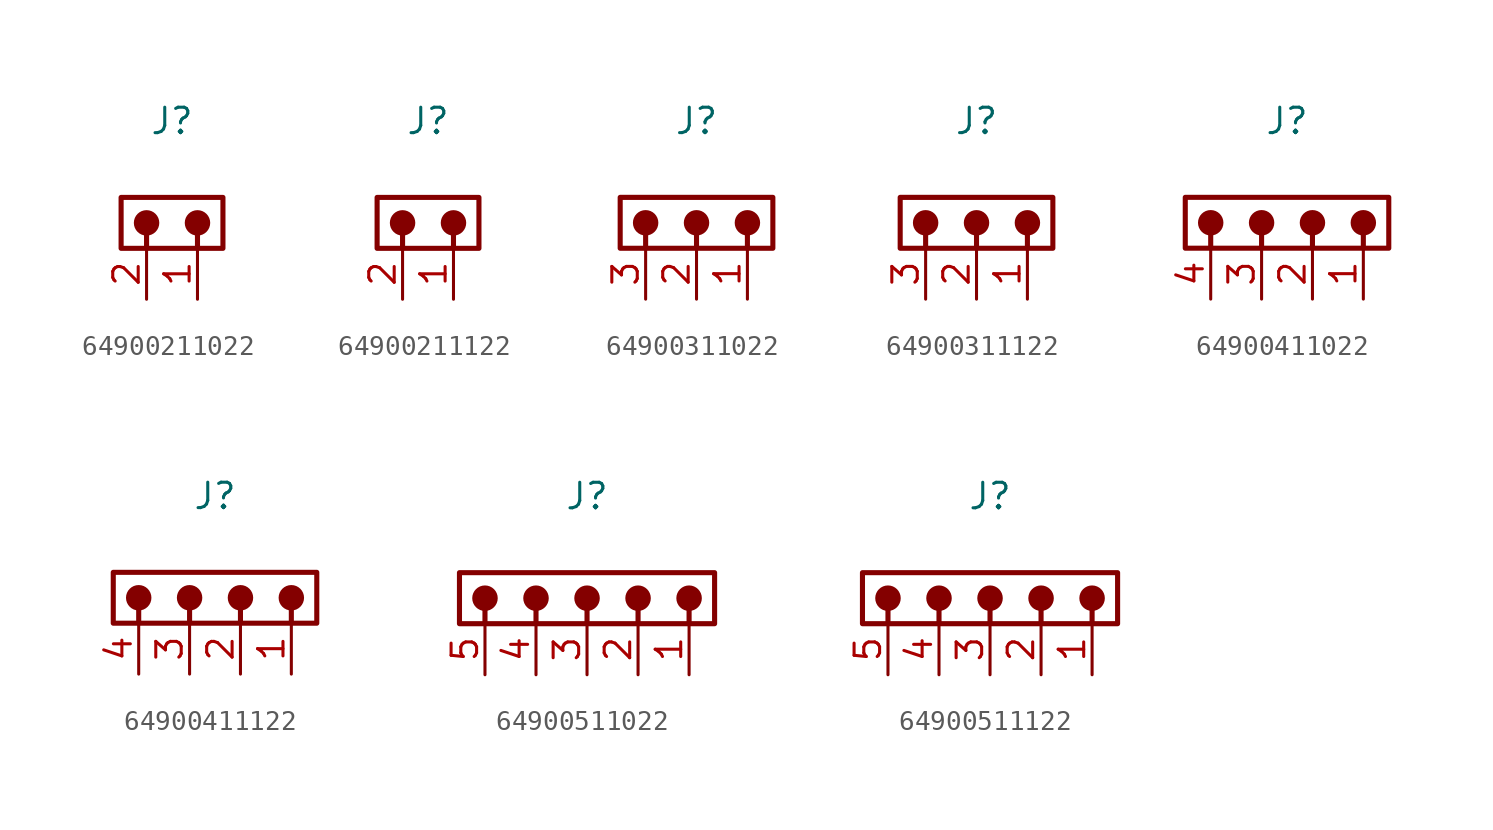
<source format=kicad_sym>
(kicad_symbol_lib
  (version 20241209)
  (generator "kicad_symbol_editor")
  (generator_version "9.0")
  (symbol "64900211022"
    (pin_names
      (hide yes))
    (property "Reference" "J"
      (at 0 5.08 0)
      (effects (font (size 1.27 1.27))))
    (symbol "64900211022_1_1"
      (rectangle (start -2.54 1.27) (end 2.54 -1.27) (stroke (width 0.254) (type solid)) (fill (type none)))
      (circle (center -1.27 0) (radius 0.508) (stroke (width 0.254) (type solid)) (fill (type outline)))
      (polyline (pts (xy -1.27 -0.508) (xy -1.27 -1.27)) (stroke (width 0.254) (type solid)) (fill (type none)))
      (circle (center 1.27 0) (radius 0.508) (stroke (width 0.254) (type solid)) (fill (type outline)))
      (polyline (pts (xy 1.27 -0.508) (xy 1.27 -1.27)) (stroke (width 0.254) (type solid)) (fill (type none)))
      (pin passive line (at -1.27 -3.81 90) (length 2.54) (name "2" (effects (font (size 1.27 1.27)))) (number "2" (effects (font (size 1.27 1.27)))))
      (pin passive line (at 1.27 -3.81 90) (length 2.54) (name "1" (effects (font (size 1.27 1.27)))) (number "1" (effects (font (size 1.27 1.27)))))))
  (symbol "64900211122"
    (pin_names
      (hide yes))
    (property "Reference" "J"
      (at 0 5.08 0)
      (effects (font (size 1.27 1.27))))
    (symbol "64900211122_1_1"
      (rectangle (start -2.54 1.27) (end 2.54 -1.27) (stroke (width 0.254) (type solid)) (fill (type none)))
      (circle (center -1.27 0) (radius 0.508) (stroke (width 0.254) (type solid)) (fill (type outline)))
      (polyline (pts (xy -1.27 -0.508) (xy -1.27 -1.27)) (stroke (width 0.254) (type solid)) (fill (type none)))
      (circle (center 1.27 0) (radius 0.508) (stroke (width 0.254) (type solid)) (fill (type outline)))
      (polyline (pts (xy 1.27 -0.508) (xy 1.27 -1.27)) (stroke (width 0.254) (type solid)) (fill (type none)))
      (pin passive line (at -1.27 -3.81 90) (length 2.54) (name "2" (effects (font (size 1.27 1.27)))) (number "2" (effects (font (size 1.27 1.27)))))
      (pin passive line (at 1.27 -3.81 90) (length 2.54) (name "1" (effects (font (size 1.27 1.27)))) (number "1" (effects (font (size 1.27 1.27)))))))
  (symbol "64900311022"
    (pin_names
      (hide yes))
    (property "Reference" "J"
      (at 0 5.08 0)
      (effects (font (size 1.27 1.27))))
    (symbol "64900311022_1_1"
      (rectangle (start -3.81 1.27) (end 3.81 -1.27) (stroke (width 0.254) (type solid)) (fill (type none)))
      (circle (center -2.54 0) (radius 0.508) (stroke (width 0.254) (type solid)) (fill (type outline)))
      (polyline (pts (xy -2.54 -0.508) (xy -2.54 -1.27)) (stroke (width 0.254) (type solid)) (fill (type none)))
      (circle (center 0 0) (radius 0.508) (stroke (width 0.254) (type solid)) (fill (type outline)))
      (polyline (pts (xy 0 -0.508) (xy 0 -1.27)) (stroke (width 0.254) (type solid)) (fill (type none)))
      (circle (center 2.54 0) (radius 0.508) (stroke (width 0.254) (type solid)) (fill (type outline)))
      (polyline (pts (xy 2.54 -0.508) (xy 2.54 -1.27)) (stroke (width 0.254) (type solid)) (fill (type none)))
      (pin passive line (at -2.54 -3.81 90) (length 2.54) (name "3" (effects (font (size 1.27 1.27)))) (number "3" (effects (font (size 1.27 1.27)))))
      (pin passive line (at 0 -3.81 90) (length 2.54) (name "2" (effects (font (size 1.27 1.27)))) (number "2" (effects (font (size 1.27 1.27)))))
      (pin passive line (at 2.54 -3.81 90) (length 2.54) (name "1" (effects (font (size 1.27 1.27)))) (number "1" (effects (font (size 1.27 1.27)))))))
  (symbol "64900311122"
    (pin_names
      (hide yes))
    (property "Reference" "J"
      (at 0 5.08 0)
      (effects (font (size 1.27 1.27))))
    (symbol "64900311122_1_1"
      (rectangle (start -3.81 1.27) (end 3.81 -1.27) (stroke (width 0.254) (type solid)) (fill (type none)))
      (circle (center -2.54 0) (radius 0.508) (stroke (width 0.254) (type solid)) (fill (type outline)))
      (polyline (pts (xy -2.54 -0.508) (xy -2.54 -1.27)) (stroke (width 0.254) (type solid)) (fill (type none)))
      (circle (center 0 0) (radius 0.508) (stroke (width 0.254) (type solid)) (fill (type outline)))
      (polyline (pts (xy 0 -0.508) (xy 0 -1.27)) (stroke (width 0.254) (type solid)) (fill (type none)))
      (circle (center 2.54 0) (radius 0.508) (stroke (width 0.254) (type solid)) (fill (type outline)))
      (polyline (pts (xy 2.54 -0.508) (xy 2.54 -1.27)) (stroke (width 0.254) (type solid)) (fill (type none)))
      (pin passive line (at -2.54 -3.81 90) (length 2.54) (name "3" (effects (font (size 1.27 1.27)))) (number "3" (effects (font (size 1.27 1.27)))))
      (pin passive line (at 0 -3.81 90) (length 2.54) (name "2" (effects (font (size 1.27 1.27)))) (number "2" (effects (font (size 1.27 1.27)))))
      (pin passive line (at 2.54 -3.81 90) (length 2.54) (name "1" (effects (font (size 1.27 1.27)))) (number "1" (effects (font (size 1.27 1.27)))))))
  (symbol "64900411022"
    (pin_names
      (hide yes))
    (property "Reference" "J"
      (at 0 5.08 0)
      (effects (font (size 1.27 1.27))))
    (symbol "64900411022_1_1"
      (rectangle (start -5.08 1.27) (end 5.08 -1.27) (stroke (width 0.254) (type solid)) (fill (type none)))
      (circle (center -3.81 0) (radius 0.508) (stroke (width 0.254) (type solid)) (fill (type outline)))
      (polyline (pts (xy -3.81 -0.508) (xy -3.81 -1.27)) (stroke (width 0.254) (type solid)) (fill (type none)))
      (circle (center -1.27 0) (radius 0.508) (stroke (width 0.254) (type solid)) (fill (type outline)))
      (polyline (pts (xy -1.27 -0.508) (xy -1.27 -1.27)) (stroke (width 0.254) (type solid)) (fill (type none)))
      (circle (center 1.27 0) (radius 0.508) (stroke (width 0.254) (type solid)) (fill (type outline)))
      (polyline (pts (xy 1.27 -0.508) (xy 1.27 -1.27)) (stroke (width 0.254) (type solid)) (fill (type none)))
      (circle (center 3.81 0) (radius 0.508) (stroke (width 0.254) (type solid)) (fill (type outline)))
      (polyline (pts (xy 3.81 -0.508) (xy 3.81 -1.27)) (stroke (width 0.254) (type solid)) (fill (type none)))
      (pin passive line (at -3.81 -3.81 90) (length 2.54) (name "4" (effects (font (size 1.27 1.27)))) (number "4" (effects (font (size 1.27 1.27)))))
      (pin passive line (at -1.27 -3.81 90) (length 2.54) (name "3" (effects (font (size 1.27 1.27)))) (number "3" (effects (font (size 1.27 1.27)))))
      (pin passive line (at 1.27 -3.81 90) (length 2.54) (name "2" (effects (font (size 1.27 1.27)))) (number "2" (effects (font (size 1.27 1.27)))))
      (pin passive line (at 3.81 -3.81 90) (length 2.54) (name "1" (effects (font (size 1.27 1.27)))) (number "1" (effects (font (size 1.27 1.27)))))))
  (symbol "64900411122"
    (pin_names
      (hide yes))
    (property "Reference" "J"
      (at 0 5.08 0)
      (effects (font (size 1.27 1.27))))
    (symbol "64900411122_1_1"
      (rectangle (start -5.08 1.27) (end 5.08 -1.27) (stroke (width 0.254) (type solid)) (fill (type none)))
      (circle (center -3.81 0) (radius 0.508) (stroke (width 0.254) (type solid)) (fill (type outline)))
      (polyline (pts (xy -3.81 -0.508) (xy -3.81 -1.27)) (stroke (width 0.254) (type solid)) (fill (type none)))
      (circle (center -1.27 0) (radius 0.508) (stroke (width 0.254) (type solid)) (fill (type outline)))
      (polyline (pts (xy -1.27 -0.508) (xy -1.27 -1.27)) (stroke (width 0.254) (type solid)) (fill (type none)))
      (circle (center 1.27 0) (radius 0.508) (stroke (width 0.254) (type solid)) (fill (type outline)))
      (polyline (pts (xy 1.27 -0.508) (xy 1.27 -1.27)) (stroke (width 0.254) (type solid)) (fill (type none)))
      (circle (center 3.81 0) (radius 0.508) (stroke (width 0.254) (type solid)) (fill (type outline)))
      (polyline (pts (xy 3.81 -0.508) (xy 3.81 -1.27)) (stroke (width 0.254) (type solid)) (fill (type none)))
      (pin passive line (at -3.81 -3.81 90) (length 2.54) (name "4" (effects (font (size 1.27 1.27)))) (number "4" (effects (font (size 1.27 1.27)))))
      (pin passive line (at -1.27 -3.81 90) (length 2.54) (name "3" (effects (font (size 1.27 1.27)))) (number "3" (effects (font (size 1.27 1.27)))))
      (pin passive line (at 1.27 -3.81 90) (length 2.54) (name "2" (effects (font (size 1.27 1.27)))) (number "2" (effects (font (size 1.27 1.27)))))
      (pin passive line (at 3.81 -3.81 90) (length 2.54) (name "1" (effects (font (size 1.27 1.27)))) (number "1" (effects (font (size 1.27 1.27)))))))
  (symbol "64900511022"
    (pin_names
      (hide yes))
    (property "Reference" "J"
      (at 0 5.08 0)
      (effects (font (size 1.27 1.27))))
    (symbol "64900511022_1_1"
      (rectangle (start -6.35 1.27) (end 6.35 -1.27) (stroke (width 0.254) (type solid)) (fill (type none)))
      (circle (center -5.08 0) (radius 0.508) (stroke (width 0.254) (type solid)) (fill (type outline)))
      (polyline (pts (xy -5.08 -0.508) (xy -5.08 -1.27)) (stroke (width 0.254) (type solid)) (fill (type none)))
      (circle (center -2.54 0) (radius 0.508) (stroke (width 0.254) (type solid)) (fill (type outline)))
      (polyline (pts (xy -2.54 -0.508) (xy -2.54 -1.27)) (stroke (width 0.254) (type solid)) (fill (type none)))
      (circle (center 0 0) (radius 0.508) (stroke (width 0.254) (type solid)) (fill (type outline)))
      (polyline (pts (xy 0 -0.508) (xy 0 -1.27)) (stroke (width 0.254) (type solid)) (fill (type none)))
      (circle (center 2.54 0) (radius 0.508) (stroke (width 0.254) (type solid)) (fill (type outline)))
      (polyline (pts (xy 2.54 -0.508) (xy 2.54 -1.27)) (stroke (width 0.254) (type solid)) (fill (type none)))
      (circle (center 5.08 0) (radius 0.508) (stroke (width 0.254) (type solid)) (fill (type outline)))
      (polyline (pts (xy 5.08 -0.508) (xy 5.08 -1.27)) (stroke (width 0.254) (type solid)) (fill (type none)))
      (pin passive line (at -5.08 -3.81 90) (length 2.54) (name "5" (effects (font (size 1.27 1.27)))) (number "5" (effects (font (size 1.27 1.27)))))
      (pin passive line (at -2.54 -3.81 90) (length 2.54) (name "4" (effects (font (size 1.27 1.27)))) (number "4" (effects (font (size 1.27 1.27)))))
      (pin passive line (at 0 -3.81 90) (length 2.54) (name "3" (effects (font (size 1.27 1.27)))) (number "3" (effects (font (size 1.27 1.27)))))
      (pin passive line (at 2.54 -3.81 90) (length 2.54) (name "2" (effects (font (size 1.27 1.27)))) (number "2" (effects (font (size 1.27 1.27)))))
      (pin passive line (at 5.08 -3.81 90) (length 2.54) (name "1" (effects (font (size 1.27 1.27)))) (number "1" (effects (font (size 1.27 1.27)))))))
  (symbol "64900511122"
    (pin_names
      (hide yes))
    (property "Reference" "J"
      (at 0 5.08 0)
      (effects (font (size 1.27 1.27))))
    (symbol "64900511122_1_1"
      (rectangle (start -6.35 1.27) (end 6.35 -1.27) (stroke (width 0.254) (type solid)) (fill (type none)))
      (circle (center -5.08 0) (radius 0.508) (stroke (width 0.254) (type solid)) (fill (type outline)))
      (polyline (pts (xy -5.08 -0.508) (xy -5.08 -1.27)) (stroke (width 0.254) (type solid)) (fill (type none)))
      (circle (center -2.54 0) (radius 0.508) (stroke (width 0.254) (type solid)) (fill (type outline)))
      (polyline (pts (xy -2.54 -0.508) (xy -2.54 -1.27)) (stroke (width 0.254) (type solid)) (fill (type none)))
      (circle (center 0 0) (radius 0.508) (stroke (width 0.254) (type solid)) (fill (type outline)))
      (polyline (pts (xy 0 -0.508) (xy 0 -1.27)) (stroke (width 0.254) (type solid)) (fill (type none)))
      (circle (center 2.54 0) (radius 0.508) (stroke (width 0.254) (type solid)) (fill (type outline)))
      (polyline (pts (xy 2.54 -0.508) (xy 2.54 -1.27)) (stroke (width 0.254) (type solid)) (fill (type none)))
      (circle (center 5.08 0) (radius 0.508) (stroke (width 0.254) (type solid)) (fill (type outline)))
      (polyline (pts (xy 5.08 -0.508) (xy 5.08 -1.27)) (stroke (width 0.254) (type solid)) (fill (type none)))
      (pin passive line (at -5.08 -3.81 90) (length 2.54) (name "5" (effects (font (size 1.27 1.27)))) (number "5" (effects (font (size 1.27 1.27)))))
      (pin passive line (at -2.54 -3.81 90) (length 2.54) (name "4" (effects (font (size 1.27 1.27)))) (number "4" (effects (font (size 1.27 1.27)))))
      (pin passive line (at 0 -3.81 90) (length 2.54) (name "3" (effects (font (size 1.27 1.27)))) (number "3" (effects (font (size 1.27 1.27)))))
      (pin passive line (at 2.54 -3.81 90) (length 2.54) (name "2" (effects (font (size 1.27 1.27)))) (number "2" (effects (font (size 1.27 1.27)))))
      (pin passive line (at 5.08 -3.81 90) (length 2.54) (name "1" (effects (font (size 1.27 1.27)))) (number "1" (effects (font (size 1.27 1.27))))))))
</source>
